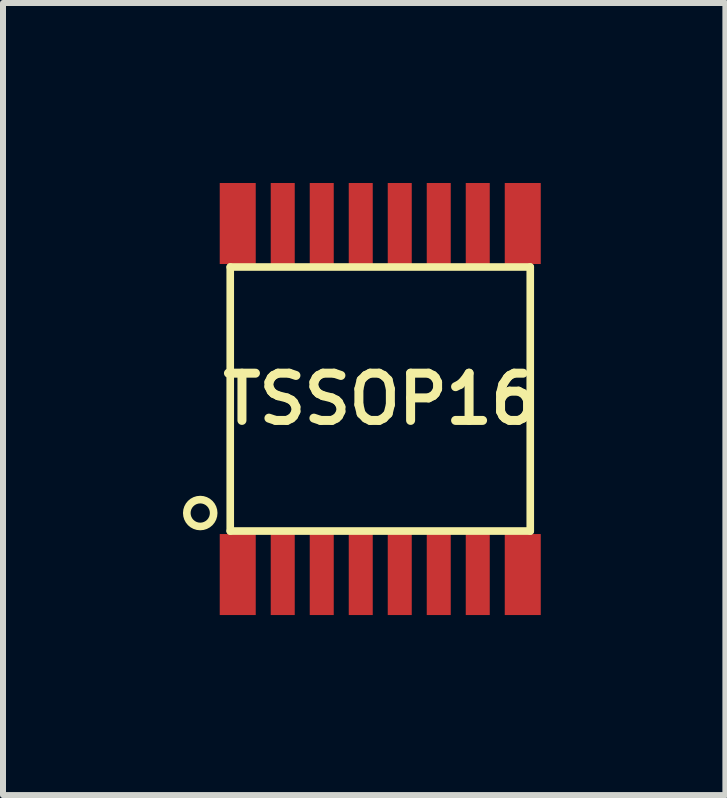
<source format=kicad_pcb>
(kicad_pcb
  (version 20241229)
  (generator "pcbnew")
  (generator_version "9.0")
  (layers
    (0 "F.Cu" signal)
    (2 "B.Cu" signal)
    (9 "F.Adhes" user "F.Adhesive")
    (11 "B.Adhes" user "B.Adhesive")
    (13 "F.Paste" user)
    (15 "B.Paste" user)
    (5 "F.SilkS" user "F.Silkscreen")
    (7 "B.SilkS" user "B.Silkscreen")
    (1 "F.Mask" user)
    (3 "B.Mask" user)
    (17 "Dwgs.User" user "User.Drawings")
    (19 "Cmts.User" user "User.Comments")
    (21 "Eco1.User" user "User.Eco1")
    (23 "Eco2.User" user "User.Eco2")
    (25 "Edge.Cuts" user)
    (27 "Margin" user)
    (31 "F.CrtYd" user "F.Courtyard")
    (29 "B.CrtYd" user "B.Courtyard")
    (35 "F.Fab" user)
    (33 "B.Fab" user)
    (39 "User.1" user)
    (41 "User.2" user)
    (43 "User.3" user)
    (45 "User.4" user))
  (footprint "TSSOP16"
    (layer "F.Cu")
    (at 3.287 3.6)
    (property "Reference" "TSSOP16" (at 0 0 0) (layer "F.SilkS") (effects (font (size 0.787 0.787) (thickness 0.15))))
    (attr smd)
    (fp_line (start -2.5 -2.2) (end 2.5 -2.2) (stroke (width 0.127) (type solid)) (layer "F.SilkS"))
    (fp_line (start -2.5 2.2) (end -2.5 -2.2) (stroke (width 0.127) (type solid)) (layer "F.SilkS"))
    (fp_line (start 2.5 -2.2) (end 2.5 2.2) (stroke (width 0.127) (type solid)) (layer "F.SilkS"))
    (fp_line (start 2.5 2.2) (end -2.5 2.2) (stroke (width 0.127) (type solid)) (layer "F.SilkS"))
    (fp_circle (center -3 1.9) (end -2.776 1.9) (stroke (width 0.127) (type solid)) (fill no) (layer "F.SilkS"))
    (pad "P$1" smd rect (at -2.375 2.925) (size 0.6 1.35) (layers "F.Cu" "F.Mask" "F.Paste"))
    (pad "P$2" smd rect (at -1.625 2.925) (size 0.4 1.35) (layers "F.Cu" "F.Mask" "F.Paste"))
    (pad "P$3" smd rect (at -0.975 2.925) (size 0.4 1.35) (layers "F.Cu" "F.Mask" "F.Paste"))
    (pad "P$4" smd rect (at -0.325 2.925) (size 0.4 1.35) (layers "F.Cu" "F.Mask" "F.Paste"))
    (pad "P$5" smd rect (at 0.325 2.925) (size 0.4 1.35) (layers "F.Cu" "F.Mask" "F.Paste"))
    (pad "P$6" smd rect (at 0.975 2.925) (size 0.4 1.35) (layers "F.Cu" "F.Mask" "F.Paste"))
    (pad "P$7" smd rect (at 1.625 2.925) (size 0.4 1.35) (layers "F.Cu" "F.Mask" "F.Paste"))
    (pad "P$8" smd rect (at 2.375 2.925) (size 0.6 1.35) (layers "F.Cu" "F.Mask" "F.Paste"))
    (pad "P$9" smd rect (at 2.375 -2.925) (size 0.6 1.35) (layers "F.Cu" "F.Mask" "F.Paste"))
    (pad "P$10" smd rect (at 1.625 -2.925) (size 0.4 1.35) (layers "F.Cu" "F.Mask" "F.Paste"))
    (pad "P$11" smd rect (at 0.975 -2.925) (size 0.4 1.35) (layers "F.Cu" "F.Mask" "F.Paste"))
    (pad "P$12" smd rect (at 0.325 -2.925) (size 0.4 1.35) (layers "F.Cu" "F.Mask" "F.Paste"))
    (pad "P$13" smd rect (at -0.325 -2.925) (size 0.4 1.35) (layers "F.Cu" "F.Mask" "F.Paste"))
    (pad "P$14" smd rect (at -0.975 -2.925) (size 0.4 1.35) (layers "F.Cu" "F.Mask" "F.Paste"))
    (pad "P$15" smd rect (at -1.625 -2.925) (size 0.4 1.35) (layers "F.Cu" "F.Mask" "F.Paste"))
    (pad "P$16" smd rect (at -2.375 -2.925) (size 0.6 1.35) (layers "F.Cu" "F.Mask" "F.Paste")))
  (gr_rect
    (start -3 -3)
    (end 9.039 10.2)
    (stroke (width 0.1) (type default))
    (fill no)
    (layer "Edge.Cuts")))
</source>
